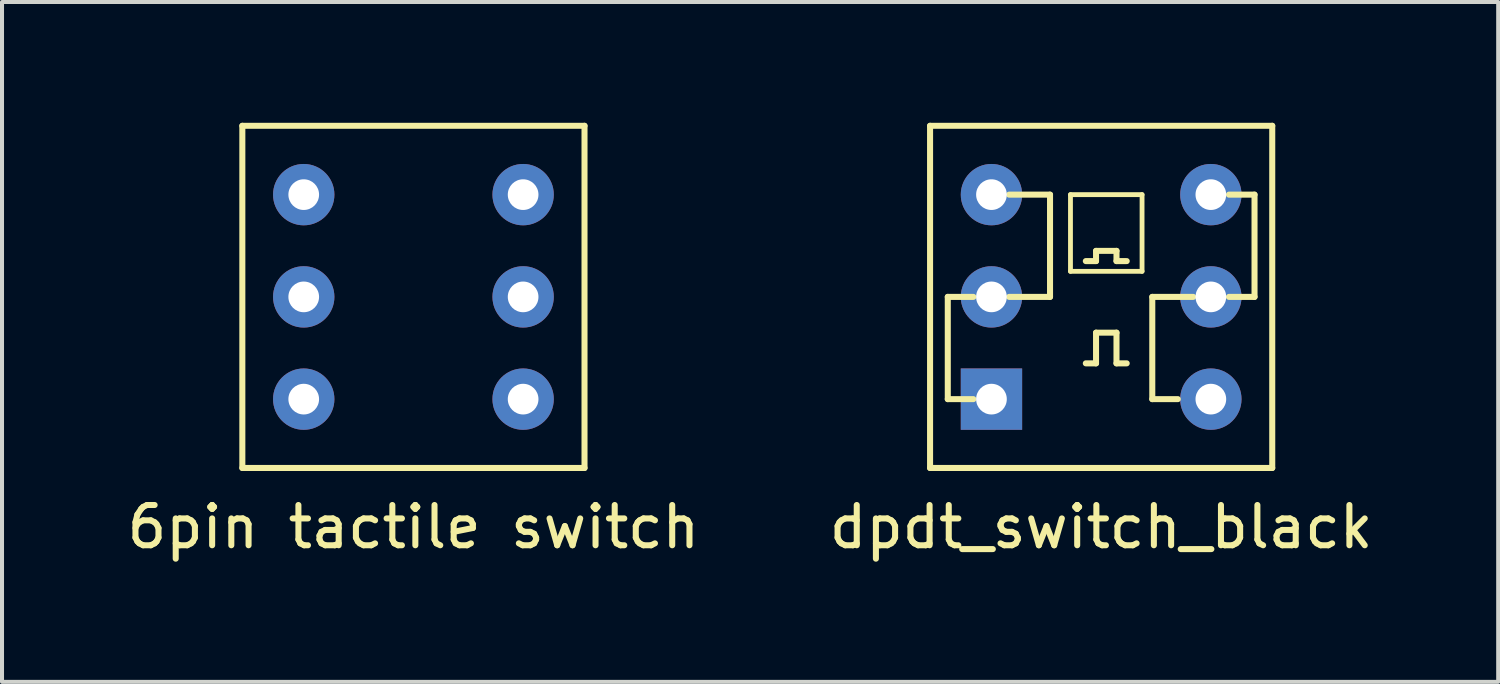
<source format=kicad_pcb>
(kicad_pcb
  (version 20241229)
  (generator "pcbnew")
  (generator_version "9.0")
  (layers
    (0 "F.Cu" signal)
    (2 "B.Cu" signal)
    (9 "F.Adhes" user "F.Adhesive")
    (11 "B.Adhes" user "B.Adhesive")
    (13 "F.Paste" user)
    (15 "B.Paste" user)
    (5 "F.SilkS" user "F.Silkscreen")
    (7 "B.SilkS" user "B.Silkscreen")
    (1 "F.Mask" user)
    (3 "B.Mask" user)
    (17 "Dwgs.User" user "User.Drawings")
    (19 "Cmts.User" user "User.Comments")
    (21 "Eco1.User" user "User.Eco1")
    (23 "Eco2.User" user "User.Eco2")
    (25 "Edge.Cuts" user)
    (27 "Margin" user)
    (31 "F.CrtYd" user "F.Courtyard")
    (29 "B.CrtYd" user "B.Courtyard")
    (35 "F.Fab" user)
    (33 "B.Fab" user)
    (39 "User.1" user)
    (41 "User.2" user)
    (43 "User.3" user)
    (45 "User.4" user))
  (footprint "6pin tactile switch"
    (layer "F.Cu")
    (at 7.22 4.325)
    (property "Reference" "6pin tactile switch" (at 0 5.715 0) (layer "F.SilkS") (effects (font (size 1 1) (thickness 0.15))))
    (attr through_hole)
    (fp_line (start -4.25 -4.25) (end -4.25 4.25) (stroke (width 0.15) (type solid)) (layer "F.SilkS"))
    (fp_line (start -4.25 -4.25) (end 4.25 -4.25) (stroke (width 0.15) (type solid)) (layer "F.SilkS"))
    (fp_line (start -4.25 4.25) (end 4.25 4.25) (stroke (width 0.15) (type solid)) (layer "F.SilkS"))
    (fp_line (start 4.25 -4.25) (end 4.25 4.25) (stroke (width 0.15) (type solid)) (layer "F.SilkS"))
    (pad "1" thru_hole circle (at -2.725 -2.54) (size 1.524 1.524) (drill 0.762) (layers "*.Cu" "*.Mask"))
    (pad "2" thru_hole circle (at 2.725 -2.54) (size 1.524 1.524) (drill 0.762) (layers "*.Cu" "*.Mask"))
    (pad "3" thru_hole circle (at -2.725 0) (size 1.524 1.524) (drill 0.762) (layers "*.Cu" "*.Mask"))
    (pad "4" thru_hole circle (at 2.725 0) (size 1.524 1.524) (drill 0.762) (layers "*.Cu" "*.Mask"))
    (pad "5" thru_hole circle (at -2.725 2.54) (size 1.524 1.524) (drill 0.762) (layers "*.Cu" "*.Mask"))
    (pad "6" thru_hole circle (at 2.725 2.54) (size 1.524 1.524) (drill 0.762) (layers "*.Cu" "*.Mask")))
  (footprint "dpdt_switch_black"
    (layer "F.Cu")
    (at 24.304 4.325)
    (property "Reference" "dpdt_switch_black" (at 0 5.715 0) (layer "F.SilkS") (effects (font (size 1 1) (thickness 0.15))))
    (attr through_hole)
    (fp_line (start -4.25 -4.25) (end -4.25 4.25) (stroke (width 0.15) (type solid)) (layer "F.SilkS"))
    (fp_line (start -4.25 -4.25) (end 4.25 -4.25) (stroke (width 0.15) (type solid)) (layer "F.SilkS"))
    (fp_line (start -4.25 4.25) (end 4.25 4.25) (stroke (width 0.15) (type solid)) (layer "F.SilkS"))
    (fp_line (start -3.81 0) (end -3.81 2.54) (stroke (width 0.15) (type solid)) (layer "F.SilkS"))
    (fp_line (start -3.81 2.54) (end -3.175 2.54) (stroke (width 0.15) (type solid)) (layer "F.SilkS"))
    (fp_line (start -3.175 0) (end -3.81 0) (stroke (width 0.15) (type solid)) (layer "F.SilkS"))
    (fp_line (start -2.286 0) (end -1.27 0) (stroke (width 0.15) (type solid)) (layer "F.SilkS"))
    (fp_line (start -1.27 -2.54) (end -2.286 -2.54) (stroke (width 0.15) (type solid)) (layer "F.SilkS"))
    (fp_line (start -1.27 0) (end -1.27 -2.54) (stroke (width 0.15) (type solid)) (layer "F.SilkS"))
    (fp_line (start -0.762 -2.54) (end 1.016 -2.54) (stroke (width 0.12) (type solid)) (layer "F.SilkS"))
    (fp_line (start -0.762 -0.635) (end -0.762 -2.54) (stroke (width 0.12) (type solid)) (layer "F.SilkS"))
    (fp_line (start -0.381 -0.889) (end -0.127 -0.889) (stroke (width 0.15) (type solid)) (layer "F.SilkS"))
    (fp_line (start -0.381 1.651) (end -0.127 1.651) (stroke (width 0.15) (type solid)) (layer "F.SilkS"))
    (fp_line (start -0.127 -1.143) (end 0.381 -1.143) (stroke (width 0.15) (type solid)) (layer "F.SilkS"))
    (fp_line (start -0.127 -0.889) (end -0.127 -1.143) (stroke (width 0.15) (type solid)) (layer "F.SilkS"))
    (fp_line (start -0.127 0.889) (end 0.381 0.889) (stroke (width 0.15) (type solid)) (layer "F.SilkS"))
    (fp_line (start -0.127 1.651) (end -0.127 0.889) (stroke (width 0.15) (type solid)) (layer "F.SilkS"))
    (fp_line (start 0.381 -1.143) (end 0.381 -0.889) (stroke (width 0.15) (type solid)) (layer "F.SilkS"))
    (fp_line (start 0.381 -0.889) (end 0.635 -0.889) (stroke (width 0.15) (type solid)) (layer "F.SilkS"))
    (fp_line (start 0.381 0.889) (end 0.381 1.651) (stroke (width 0.15) (type solid)) (layer "F.SilkS"))
    (fp_line (start 0.381 1.651) (end 0.635 1.651) (stroke (width 0.15) (type solid)) (layer "F.SilkS"))
    (fp_line (start 1.016 -2.54) (end 1.016 -0.635) (stroke (width 0.12) (type solid)) (layer "F.SilkS"))
    (fp_line (start 1.016 -0.635) (end -0.762 -0.635) (stroke (width 0.12) (type solid)) (layer "F.SilkS"))
    (fp_line (start 1.27 0) (end 1.27 2.54) (stroke (width 0.15) (type solid)) (layer "F.SilkS"))
    (fp_line (start 1.27 2.54) (end 1.905 2.54) (stroke (width 0.15) (type solid)) (layer "F.SilkS"))
    (fp_line (start 2.286 0) (end 1.27 0) (stroke (width 0.15) (type solid)) (layer "F.SilkS"))
    (fp_line (start 3.175 -2.54) (end 3.81 -2.54) (stroke (width 0.15) (type solid)) (layer "F.SilkS"))
    (fp_line (start 3.81 -2.54) (end 3.81 0) (stroke (width 0.15) (type solid)) (layer "F.SilkS"))
    (fp_line (start 3.81 0) (end 3.175 0) (stroke (width 0.15) (type solid)) (layer "F.SilkS"))
    (fp_line (start 4.25 -4.25) (end 4.25 4.25) (stroke (width 0.15) (type solid)) (layer "F.SilkS"))
    (pad "1" thru_hole rect (at -2.725 2.54) (size 1.524 1.524) (drill 0.762) (layers "*.Cu" "*.Mask"))
    (pad "2" thru_hole circle (at -2.725 0) (size 1.524 1.524) (drill 0.762) (layers "*.Cu" "*.Mask"))
    (pad "3" thru_hole circle (at -2.725 -2.54) (size 1.524 1.524) (drill 0.762) (layers "*.Cu" "*.Mask"))
    (pad "4" thru_hole circle (at 2.725 2.54) (size 1.524 1.524) (drill 0.762) (layers "*.Cu" "*.Mask"))
    (pad "5" thru_hole circle (at 2.725 0) (size 1.524 1.524) (drill 0.762) (layers "*.Cu" "*.Mask"))
    (pad "6" thru_hole circle (at 2.725 -2.54) (size 1.524 1.524) (drill 0.762) (layers "*.Cu" "*.Mask")))
  (gr_rect
    (start -3 -3)
    (end 34.167 13.888)
    (stroke (width 0.1) (type default))
    (fill no)
    (layer "Edge.Cuts")))
</source>
